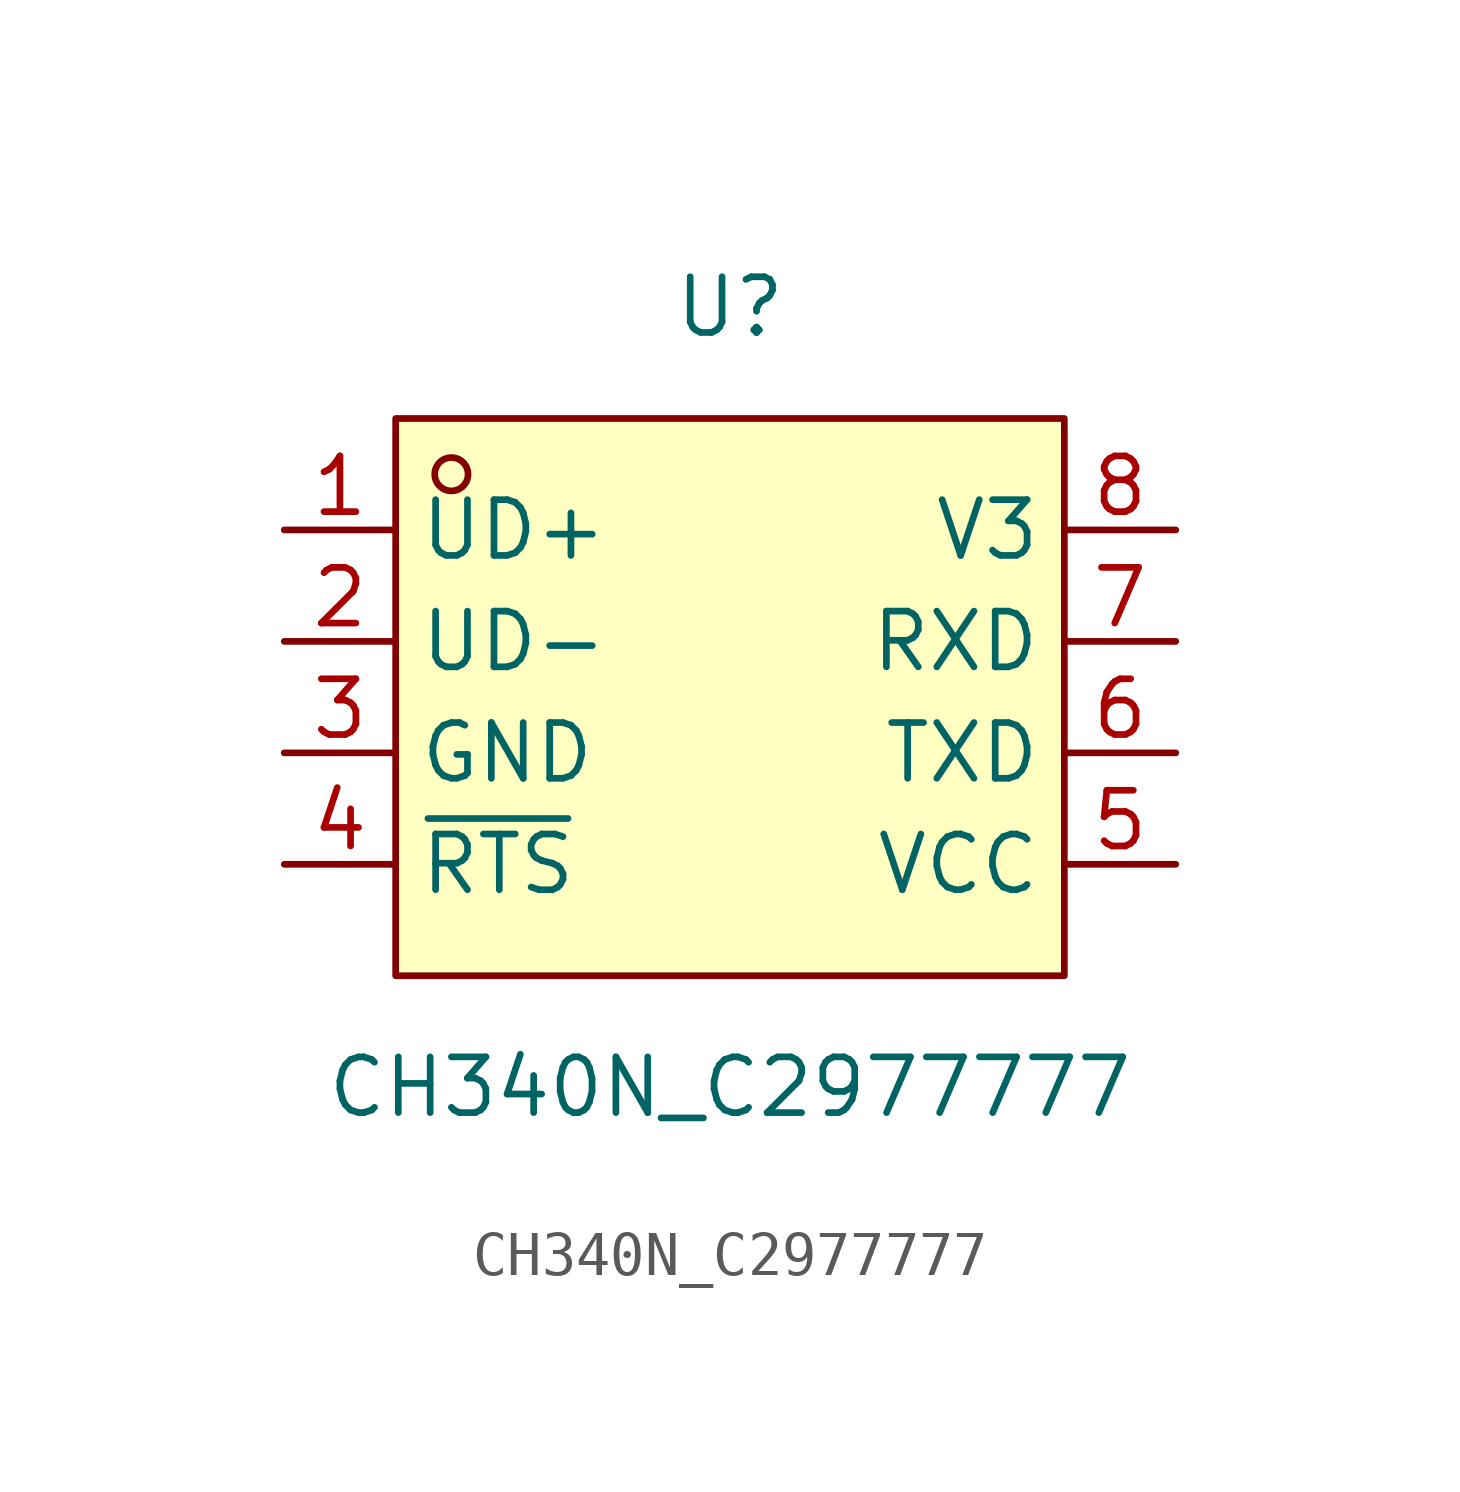
<source format=kicad_sym>
(kicad_symbol_lib
  (version 20211014)
  (generator https://github.com/uPesy/easyeda2kicad.py)
  (symbol "CH340N_C2977777"
    (property "Reference" "U"
      (at 0 10.16 0)
      (effects (font (size 1.27 1.27))))
    (property "Value" "CH340N_C2977777"
      (at 0 -7.62 0)
      (effects (font (size 1.27 1.27))))
    (symbol "CH340N_C2977777_0_1"
      (rectangle (start -7.62 7.62) (end 7.62 -5.08) (stroke (width 0) (type default) (color 0 0 0 0)) (fill (type background)))
      (circle (center -6.35 6.35) (radius 0.38) (stroke (width 0) (type default) (color 0 0 0 0)) (fill (type none)))
      (pin unspecified line (at 10.16 5.08 180) (length 2.54) (name "V3" (effects (font (size 1.27 1.27)))) (number "8" (effects (font (size 1.27 1.27)))))
      (pin unspecified line (at 10.16 2.54 180) (length 2.54) (name "RXD" (effects (font (size 1.27 1.27)))) (number "7" (effects (font (size 1.27 1.27)))))
      (pin unspecified line (at 10.16 -0.00 180) (length 2.54) (name "TXD" (effects (font (size 1.27 1.27)))) (number "6" (effects (font (size 1.27 1.27)))))
      (pin unspecified line (at 10.16 -2.54 180) (length 2.54) (name "VCC" (effects (font (size 1.27 1.27)))) (number "5" (effects (font (size 1.27 1.27)))))
      (pin unspecified line (at -10.16 -2.54 0) (length 2.54) (name "~{RTS}" (effects (font (size 1.27 1.27)))) (number "4" (effects (font (size 1.27 1.27)))))
      (pin unspecified line (at -10.16 -0.00 0) (length 2.54) (name "GND" (effects (font (size 1.27 1.27)))) (number "3" (effects (font (size 1.27 1.27)))))
      (pin unspecified line (at -10.16 2.54 0) (length 2.54) (name "UD-" (effects (font (size 1.27 1.27)))) (number "2" (effects (font (size 1.27 1.27)))))
      (pin unspecified line (at -10.16 5.08 0) (length 2.54) (name "UD+" (effects (font (size 1.27 1.27)))) (number "1" (effects (font (size 1.27 1.27))))))))
</source>
